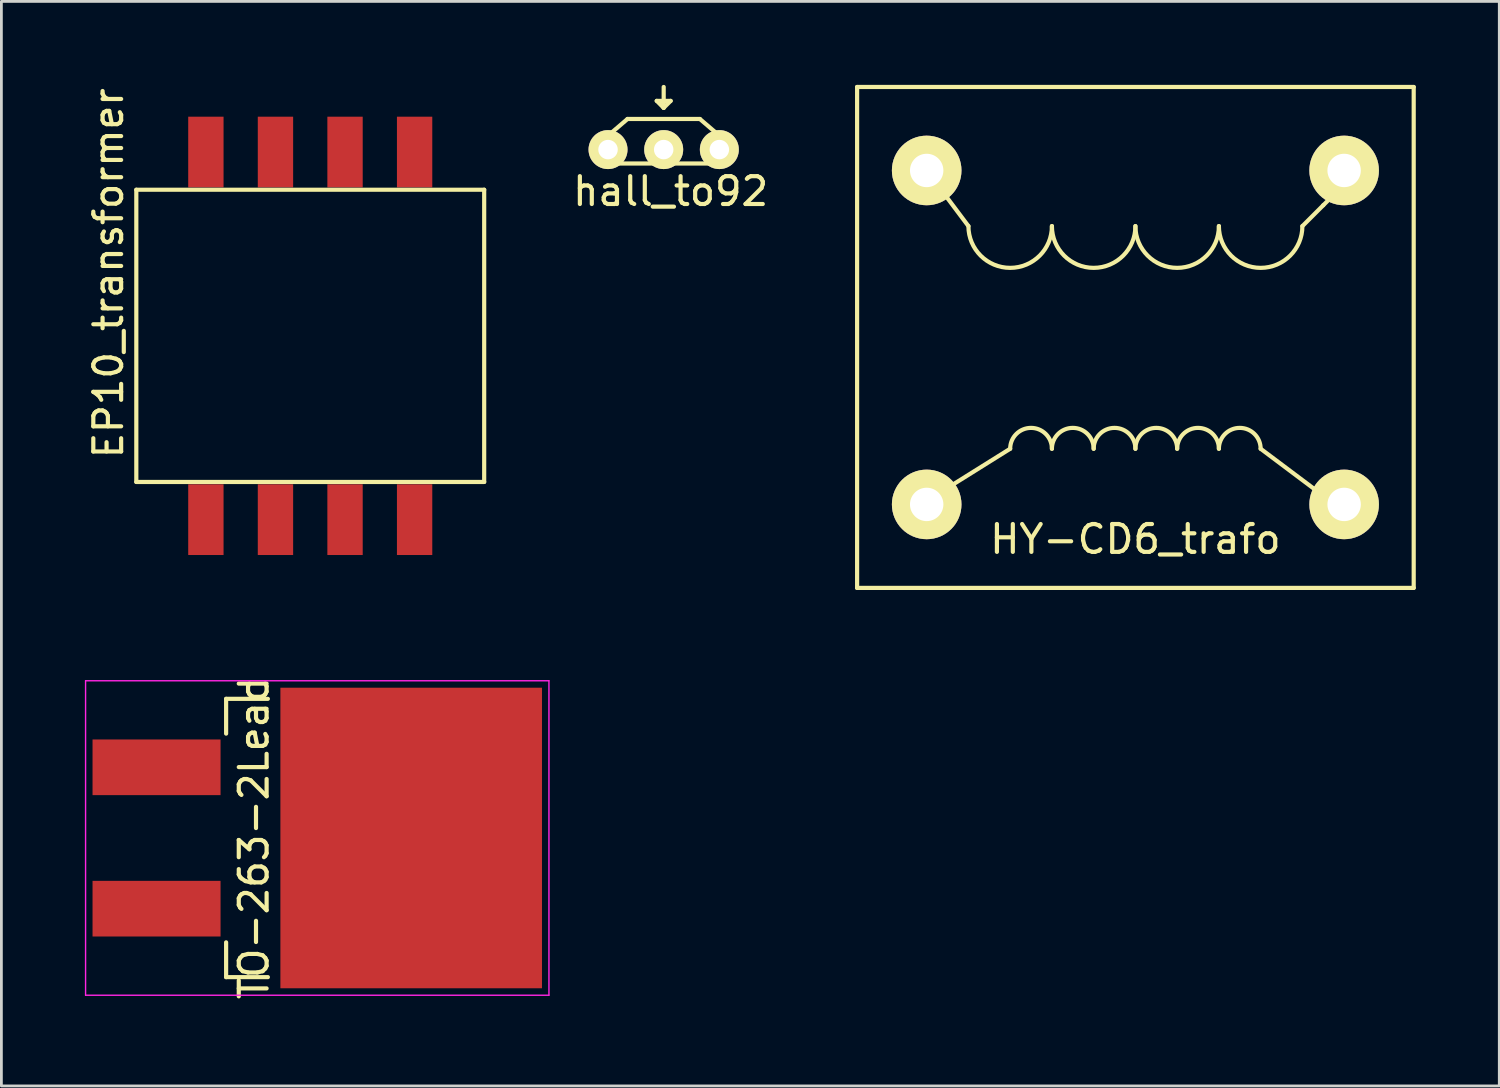
<source format=kicad_pcb>
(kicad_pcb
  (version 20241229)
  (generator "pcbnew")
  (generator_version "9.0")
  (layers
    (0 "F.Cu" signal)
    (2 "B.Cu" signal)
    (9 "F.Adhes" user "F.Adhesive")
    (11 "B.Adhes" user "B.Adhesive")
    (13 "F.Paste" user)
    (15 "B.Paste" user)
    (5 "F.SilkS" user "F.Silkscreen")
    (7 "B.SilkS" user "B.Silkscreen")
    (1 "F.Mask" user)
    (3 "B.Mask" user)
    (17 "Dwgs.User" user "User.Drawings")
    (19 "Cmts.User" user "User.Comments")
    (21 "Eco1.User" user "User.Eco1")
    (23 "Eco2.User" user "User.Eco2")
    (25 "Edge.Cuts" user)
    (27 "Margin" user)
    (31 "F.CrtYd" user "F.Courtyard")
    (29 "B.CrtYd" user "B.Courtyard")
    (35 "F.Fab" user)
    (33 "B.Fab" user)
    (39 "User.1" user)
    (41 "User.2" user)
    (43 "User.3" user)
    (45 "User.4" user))
  (footprint "EP10_transformer"
    (layer "F.Cu")
    (at 8.098 9.018)
    (property "Reference" "EP10_transformer" (at -7.25 -2.25 90) (layer "F.SilkS") (effects (font (size 1 1) (thickness 0.15))))
    (attr through_hole)
    (fp_line (start -6.25 -5.25) (end 6.25 -5.25) (stroke (width 0.15) (type solid)) (layer "F.SilkS"))
    (fp_line (start -6.25 5.25) (end -6.25 -5.25) (stroke (width 0.15) (type solid)) (layer "F.SilkS"))
    (fp_line (start 6.25 -5.25) (end 6.25 5.25) (stroke (width 0.15) (type solid)) (layer "F.SilkS"))
    (fp_line (start 6.25 5.25) (end -6.25 5.25) (stroke (width 0.15) (type solid)) (layer "F.SilkS"))
    (pad "1" smd rect (at -3.75 -6.605) (size 1.27 2.54) (layers "F.Cu" "F.Mask" "F.Paste"))
    (pad "2" smd rect (at -1.25 -6.605) (size 1.27 2.54) (layers "F.Cu" "F.Mask" "F.Paste"))
    (pad "3" smd rect (at 1.25 -6.605) (size 1.27 2.54) (layers "F.Cu" "F.Mask" "F.Paste"))
    (pad "4" smd rect (at 3.75 -6.605) (size 1.27 2.54) (layers "F.Cu" "F.Mask" "F.Paste"))
    (pad "5" smd rect (at 3.75 6.605) (size 1.27 2.54) (layers "F.Cu" "F.Mask" "F.Paste"))
    (pad "6" smd rect (at 1.25 6.605) (size 1.27 2.54) (layers "F.Cu" "F.Mask" "F.Paste"))
    (pad "7" smd rect (at -1.25 6.605) (size 1.27 2.54) (layers "F.Cu" "F.Mask" "F.Paste"))
    (pad "8" smd rect (at -3.75 6.605) (size 1.27 2.54) (layers "F.Cu" "F.Mask" "F.Paste")))
  (footprint "TO-263-2Lead"
    (layer "F.Cu")
    (at 2.575 27.061)
    (property "Reference" "TO-263-2Lead" (at 3.5 0 90) (layer "F.SilkS") (effects (font (size 1 1) (thickness 0.15))))
    (attr smd)
    (fp_line (start 2.5 -5) (end 2.5 -3.75) (stroke (width 0.15) (type solid)) (layer "F.SilkS"))
    (fp_line (start 2.5 -5) (end 4 -5) (stroke (width 0.15) (type solid)) (layer "F.SilkS"))
    (fp_line (start 2.5 5) (end 2.5 3.75) (stroke (width 0.15) (type solid)) (layer "F.SilkS"))
    (fp_line (start 2.5 5) (end 4 5) (stroke (width 0.15) (type solid)) (layer "F.SilkS"))
    (fp_line (start -2.55 -5.65) (end -2.55 5.65) (stroke (width 0.05) (type solid)) (layer "F.CrtYd"))
    (fp_line (start 14.1 -5.65) (end -2.55 -5.65) (stroke (width 0.05) (type solid)) (layer "F.CrtYd"))
    (fp_line (start 14.1 -5.65) (end 14.1 5.65) (stroke (width 0.05) (type solid)) (layer "F.CrtYd"))
    (fp_line (start 14.1 5.65) (end -2.55 5.65) (stroke (width 0.05) (type solid)) (layer "F.CrtYd"))
    (pad "1" smd rect (at 0 -2.54) (size 4.6 2) (layers "F.Cu" "F.Mask" "F.Paste"))
    (pad "2" smd rect (at 9.15 0) (size 9.4 10.8) (layers "F.Cu" "F.Mask" "F.Paste"))
    (pad "3" smd rect (at 0 2.54) (size 4.6 2) (layers "F.Cu" "F.Mask" "F.Paste")))
  (footprint "HY-CD6_trafo"
    (layer "F.Cu")
    (at 37.748 9.075)
    (property "Reference" "HY-CD6_trafo" (at 0 7.25 0) (layer "F.SilkS") (effects (font (size 1 1) (thickness 0.15))))
    (attr through_hole)
    (fp_line (start -10 -9) (end 10 -9) (stroke (width 0.15) (type solid)) (layer "F.SilkS"))
    (fp_line (start -10 9) (end -10 -9) (stroke (width 0.15) (type solid)) (layer "F.SilkS"))
    (fp_line (start -6 -4) (end -6.75 -5) (stroke (width 0.15) (type solid)) (layer "F.SilkS"))
    (fp_line (start -4.5 4) (end -6.5 5.25) (stroke (width 0.15) (type solid)) (layer "F.SilkS"))
    (fp_line (start 4.5 4) (end 6.5 5.5) (stroke (width 0.15) (type solid)) (layer "F.SilkS"))
    (fp_line (start 6 -4) (end 6.75 -4.75) (stroke (width 0.15) (type solid)) (layer "F.SilkS"))
    (fp_line (start 6.75 -4.75) (end 7 -5) (stroke (width 0.15) (type solid)) (layer "F.SilkS"))
    (fp_line (start 10 -9) (end 10 9) (stroke (width 0.15) (type solid)) (layer "F.SilkS"))
    (fp_line (start 10 9) (end -10 9) (stroke (width 0.15) (type solid)) (layer "F.SilkS"))
    (fp_arc (start -4.5 4) (mid -3.75 3.25) (end -3 4) (stroke (width 0.15) (type solid)) (layer "F.SilkS"))
    (fp_arc (start -3 -4) (mid -4.5 -2.5) (end -6 -4) (stroke (width 0.15) (type solid)) (layer "F.SilkS"))
    (fp_arc (start -3 4) (mid -2.25 3.25) (end -1.5 4) (stroke (width 0.15) (type solid)) (layer "F.SilkS"))
    (fp_arc (start -1.5 4) (mid -0.75 3.25) (end 0 4) (stroke (width 0.15) (type solid)) (layer "F.SilkS"))
    (fp_arc (start 0 -4) (mid -1.5 -2.5) (end -3 -4) (stroke (width 0.15) (type solid)) (layer "F.SilkS"))
    (fp_arc (start 0 4) (mid 0.75 3.25) (end 1.5 4) (stroke (width 0.15) (type solid)) (layer "F.SilkS"))
    (fp_arc (start 1.5 4) (mid 2.25 3.25) (end 3 4) (stroke (width 0.15) (type solid)) (layer "F.SilkS"))
    (fp_arc (start 3 -4) (mid 1.5 -2.5) (end 0 -4) (stroke (width 0.15) (type solid)) (layer "F.SilkS"))
    (fp_arc (start 3 4) (mid 3.75 3.25) (end 4.5 4) (stroke (width 0.15) (type solid)) (layer "F.SilkS"))
    (fp_arc (start 6 -4) (mid 4.5 -2.5) (end 3 -4) (stroke (width 0.15) (type solid)) (layer "F.SilkS"))
    (pad "1" thru_hole circle (at -7.5 -6) (size 2.5 2.5) (drill 1.2) (layers "*.Cu" "*.Mask" "F.SilkS"))
    (pad "2" thru_hole circle (at 7.5 -6) (size 2.5 2.5) (drill 1.2) (layers "*.Cu" "*.Mask" "F.SilkS"))
    (pad "3" thru_hole circle (at 7.5 6) (size 2.5 2.5) (drill 1.2) (layers "*.Cu" "*.Mask" "F.SilkS"))
    (pad "4" thru_hole circle (at -7.5 6) (size 2.5 2.5) (drill 1.2) (layers "*.Cu" "*.Mask" "F.SilkS")))
  (footprint "hall_to92"
    (layer "F.Cu")
    (at 20.798 2.325)
    (property "Reference" "hall_to92" (at 0.25 1.5 0) (layer "F.SilkS") (effects (font (size 1 1) (thickness 0.15))))
    (attr through_hole)
    (fp_line (start -2.05 0.5) (end 2.05 0.5) (stroke (width 0.15) (type solid)) (layer "F.SilkS"))
    (fp_line (start -2 -0.5) (end -1.3 -1.1) (stroke (width 0.15) (type solid)) (layer "F.SilkS"))
    (fp_line (start -2 0.5) (end -2 -0.5) (stroke (width 0.15) (type solid)) (layer "F.SilkS"))
    (fp_line (start -0.25 -1.75) (end 0 -1.5) (stroke (width 0.15) (type solid)) (layer "F.SilkS"))
    (fp_line (start 0 -2.25) (end 0 -1.5) (stroke (width 0.15) (type solid)) (layer "F.SilkS"))
    (fp_line (start 0 -1.5) (end 0.25 -1.75) (stroke (width 0.15) (type solid)) (layer "F.SilkS"))
    (fp_line (start 0.25 -1.75) (end -0.25 -1.75) (stroke (width 0.15) (type solid)) (layer "F.SilkS"))
    (fp_line (start 1.3 -1.1) (end -1.3 -1.1) (stroke (width 0.15) (type solid)) (layer "F.SilkS"))
    (fp_line (start 2 -0.5) (end 1.3 -1.1) (stroke (width 0.15) (type solid)) (layer "F.SilkS"))
    (fp_line (start 2 0.5) (end 2 -0.5) (stroke (width 0.15) (type solid)) (layer "F.SilkS"))
    (pad "1" thru_hole circle (at -2 0) (size 1.4 1.4) (drill 0.7) (layers "*.Cu" "*.Mask" "F.SilkS"))
    (pad "2" thru_hole circle (at 0 0) (size 1.4 1.4) (drill 0.7) (layers "*.Cu" "*.Mask" "F.SilkS"))
    (pad "3" thru_hole circle (at 2 0) (size 1.4 1.4) (drill 0.7) (layers "*.Cu" "*.Mask" "F.SilkS")))
  (gr_rect
    (start -3 -3)
    (end 50.823 35.971)
    (stroke (width 0.1) (type default))
    (fill no)
    (layer "Edge.Cuts")))
</source>
